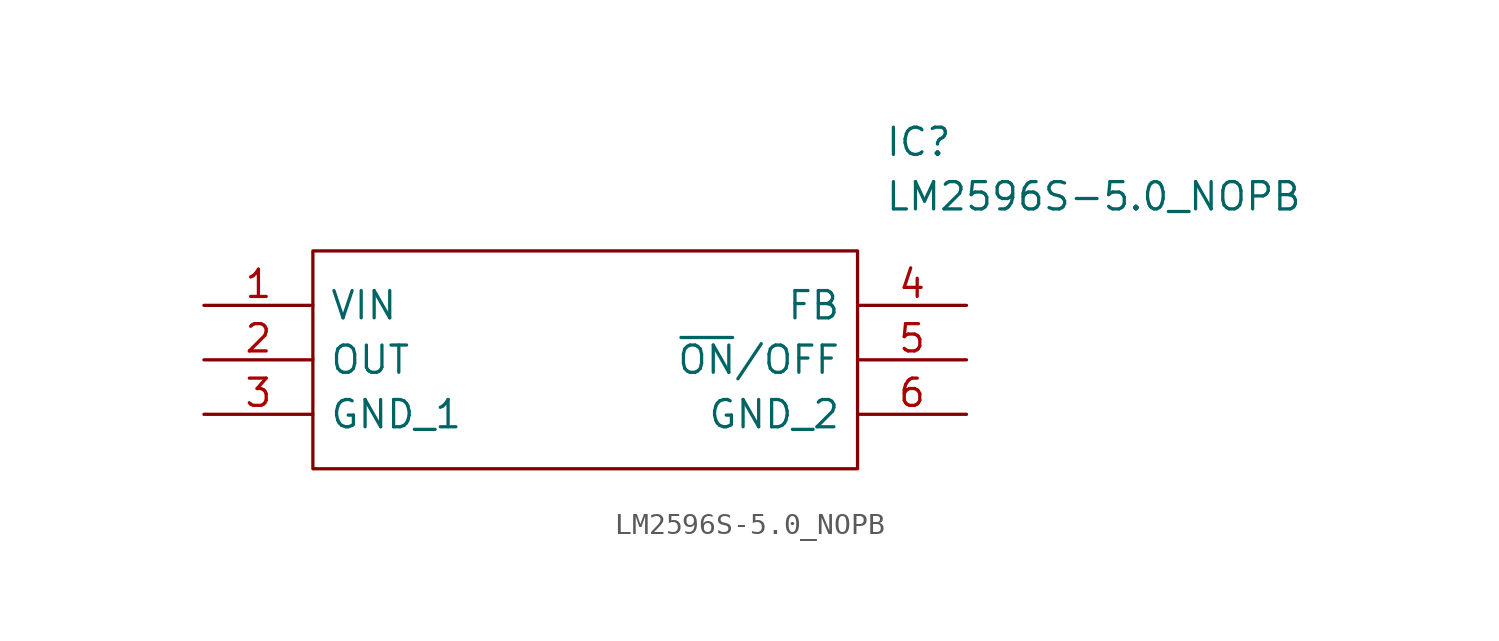
<source format=kicad_sym>
(kicad_symbol_lib
  (version 20241209)
  (generator "kicad_symbol_editor")
  (generator_version "9.0")
  (symbol "LM2596S-5.0_NOPB"
    (pin_names
      (offset 0.762))
    (property "Reference" "IC"
      (at 31.75 7.62 0)
      (effects (font (size 1.27 1.27)) (justify left)))
    (property "Value" "LM2596S-5.0_NOPB"
      (at 31.75 5.08 0)
      (effects (font (size 1.27 1.27)) (justify left)))
    (symbol "LM2596S-5.0_NOPB_0_0"
      (pin passive line (at 0 0 0) (length 5.08) (name "VIN" (effects (font (size 1.27 1.27)))) (number "1" (effects (font (size 1.27 1.27)))))
      (pin passive line (at 0 -2.54 0) (length 5.08) (name "OUT" (effects (font (size 1.27 1.27)))) (number "2" (effects (font (size 1.27 1.27)))))
      (pin passive line (at 0 -5.08 0) (length 5.08) (name "GND_1" (effects (font (size 1.27 1.27)))) (number "3" (effects (font (size 1.27 1.27)))))
      (pin passive line (at 35.56 0 180) (length 5.08) (name "FB" (effects (font (size 1.27 1.27)))) (number "4" (effects (font (size 1.27 1.27)))))
      (pin passive line (at 35.56 -2.54 180) (length 5.08) (name "~{ON}/OFF" (effects (font (size 1.27 1.27)))) (number "5" (effects (font (size 1.27 1.27)))))
      (pin passive line (at 35.56 -5.08 180) (length 5.08) (name "GND_2" (effects (font (size 1.27 1.27)))) (number "6" (effects (font (size 1.27 1.27))))))
    (symbol "LM2596S-5.0_NOPB_0_1"
      (polyline (pts (xy 5.08 2.54) (xy 30.48 2.54) (xy 30.48 -7.62) (xy 5.08 -7.62) (xy 5.08 2.54)) (stroke (width 0.152) (type solid)) (fill (type none))))))
</source>
